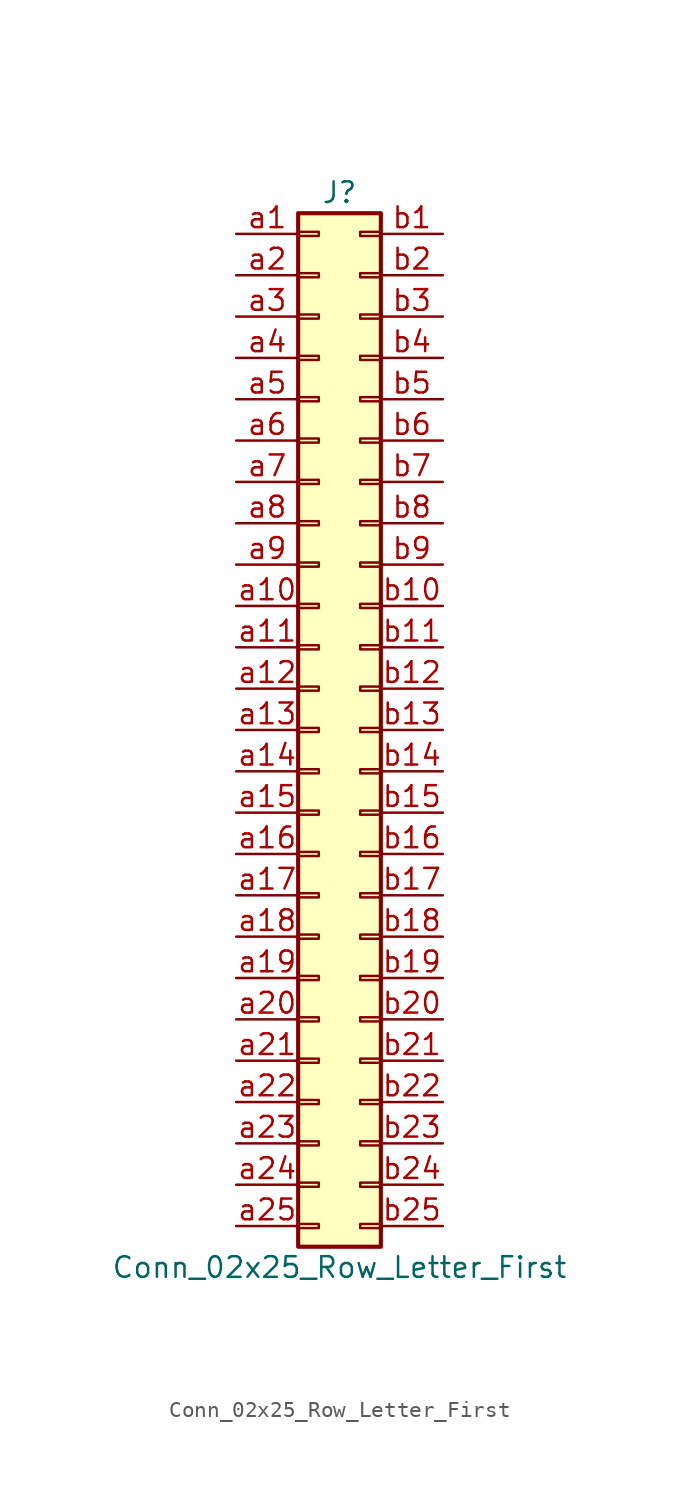
<source format=kicad_sym>
(kicad_symbol_lib
  (version 20201005)
  (generator kicad_symbol_editor)
  (symbol "Conn_02x25_Row_Letter_First"
    (pin_names
      (offset 1.016) hide)
    (property "Reference" "J"
      (at 1.27 33.02 0)
      (effects (font (size 1.27 1.27))))
    (property "Value" "Conn_02x25_Row_Letter_First"
      (at 1.27 -33.02 0)
      (effects (font (size 1.27 1.27))))
    (symbol "Conn_02x25_Row_Letter_First_1_1"
      (rectangle (start -1.27 -30.353) (end 0 -30.607) (stroke (width 0.152)) (fill (type none)))
      (rectangle (start -1.27 -27.813) (end 0 -28.067) (stroke (width 0.152)) (fill (type none)))
      (rectangle (start -1.27 -25.273) (end 0 -25.527) (stroke (width 0.152)) (fill (type none)))
      (rectangle (start -1.27 -22.733) (end 0 -22.987) (stroke (width 0.152)) (fill (type none)))
      (rectangle (start -1.27 -20.193) (end 0 -20.447) (stroke (width 0.152)) (fill (type none)))
      (rectangle (start -1.27 -17.653) (end 0 -17.907) (stroke (width 0.152)) (fill (type none)))
      (rectangle (start -1.27 -15.113) (end 0 -15.367) (stroke (width 0.152)) (fill (type none)))
      (rectangle (start -1.27 -12.573) (end 0 -12.827) (stroke (width 0.152)) (fill (type none)))
      (rectangle (start -1.27 -10.033) (end 0 -10.287) (stroke (width 0.152)) (fill (type none)))
      (rectangle (start -1.27 -7.493) (end 0 -7.747) (stroke (width 0.152)) (fill (type none)))
      (rectangle (start -1.27 -4.953) (end 0 -5.207) (stroke (width 0.152)) (fill (type none)))
      (rectangle (start -1.27 -2.413) (end 0 -2.667) (stroke (width 0.152)) (fill (type none)))
      (rectangle (start -1.27 0.127) (end 0 -0.127) (stroke (width 0.152)) (fill (type none)))
      (rectangle (start -1.27 2.667) (end 0 2.413) (stroke (width 0.152)) (fill (type none)))
      (rectangle (start -1.27 5.207) (end 0 4.953) (stroke (width 0.152)) (fill (type none)))
      (rectangle (start -1.27 7.747) (end 0 7.493) (stroke (width 0.152)) (fill (type none)))
      (rectangle (start -1.27 10.287) (end 0 10.033) (stroke (width 0.152)) (fill (type none)))
      (rectangle (start -1.27 12.827) (end 0 12.573) (stroke (width 0.152)) (fill (type none)))
      (rectangle (start -1.27 15.367) (end 0 15.113) (stroke (width 0.152)) (fill (type none)))
      (rectangle (start -1.27 17.907) (end 0 17.653) (stroke (width 0.152)) (fill (type none)))
      (rectangle (start -1.27 20.447) (end 0 20.193) (stroke (width 0.152)) (fill (type none)))
      (rectangle (start -1.27 22.987) (end 0 22.733) (stroke (width 0.152)) (fill (type none)))
      (rectangle (start -1.27 25.527) (end 0 25.273) (stroke (width 0.152)) (fill (type none)))
      (rectangle (start -1.27 28.067) (end 0 27.813) (stroke (width 0.152)) (fill (type none)))
      (rectangle (start -1.27 30.607) (end 0 30.353) (stroke (width 0.152)) (fill (type none)))
      (rectangle (start 3.81 -30.353) (end 2.54 -30.607) (stroke (width 0.152)) (fill (type none)))
      (rectangle (start 3.81 -27.813) (end 2.54 -28.067) (stroke (width 0.152)) (fill (type none)))
      (rectangle (start 3.81 -25.273) (end 2.54 -25.527) (stroke (width 0.152)) (fill (type none)))
      (rectangle (start 3.81 -22.733) (end 2.54 -22.987) (stroke (width 0.152)) (fill (type none)))
      (rectangle (start 3.81 -20.193) (end 2.54 -20.447) (stroke (width 0.152)) (fill (type none)))
      (rectangle (start 3.81 -17.653) (end 2.54 -17.907) (stroke (width 0.152)) (fill (type none)))
      (rectangle (start 3.81 -15.113) (end 2.54 -15.367) (stroke (width 0.152)) (fill (type none)))
      (rectangle (start 3.81 -12.573) (end 2.54 -12.827) (stroke (width 0.152)) (fill (type none)))
      (rectangle (start 3.81 -10.033) (end 2.54 -10.287) (stroke (width 0.152)) (fill (type none)))
      (rectangle (start 3.81 -7.493) (end 2.54 -7.747) (stroke (width 0.152)) (fill (type none)))
      (rectangle (start 3.81 -4.953) (end 2.54 -5.207) (stroke (width 0.152)) (fill (type none)))
      (rectangle (start 3.81 -2.413) (end 2.54 -2.667) (stroke (width 0.152)) (fill (type none)))
      (rectangle (start 3.81 0.127) (end 2.54 -0.127) (stroke (width 0.152)) (fill (type none)))
      (rectangle (start 3.81 2.667) (end 2.54 2.413) (stroke (width 0.152)) (fill (type none)))
      (rectangle (start 3.81 5.207) (end 2.54 4.953) (stroke (width 0.152)) (fill (type none)))
      (rectangle (start 3.81 7.747) (end 2.54 7.493) (stroke (width 0.152)) (fill (type none)))
      (rectangle (start 3.81 10.287) (end 2.54 10.033) (stroke (width 0.152)) (fill (type none)))
      (rectangle (start 3.81 12.827) (end 2.54 12.573) (stroke (width 0.152)) (fill (type none)))
      (rectangle (start 3.81 15.367) (end 2.54 15.113) (stroke (width 0.152)) (fill (type none)))
      (rectangle (start 3.81 17.907) (end 2.54 17.653) (stroke (width 0.152)) (fill (type none)))
      (rectangle (start 3.81 20.447) (end 2.54 20.193) (stroke (width 0.152)) (fill (type none)))
      (rectangle (start 3.81 22.987) (end 2.54 22.733) (stroke (width 0.152)) (fill (type none)))
      (rectangle (start 3.81 25.527) (end 2.54 25.273) (stroke (width 0.152)) (fill (type none)))
      (rectangle (start 3.81 28.067) (end 2.54 27.813) (stroke (width 0.152)) (fill (type none)))
      (rectangle (start 3.81 30.607) (end 2.54 30.353) (stroke (width 0.152)) (fill (type none)))
      (rectangle (start -1.27 31.75) (end 3.81 -31.75) (stroke (width 0.254)) (fill (type background)))
      (pin passive line (at -5.08 30.48 0) (length 3.81) (name "Pin_a1" (effects (font (size 1.27 1.27)))) (number "a1" (effects (font (size 1.27 1.27)))))
      (pin passive line (at -5.08 7.62 0) (length 3.81) (name "Pin_a10" (effects (font (size 1.27 1.27)))) (number "a10" (effects (font (size 1.27 1.27)))))
      (pin passive line (at -5.08 5.08 0) (length 3.81) (name "Pin_a11" (effects (font (size 1.27 1.27)))) (number "a11" (effects (font (size 1.27 1.27)))))
      (pin passive line (at -5.08 2.54 0) (length 3.81) (name "Pin_a12" (effects (font (size 1.27 1.27)))) (number "a12" (effects (font (size 1.27 1.27)))))
      (pin passive line (at -5.08 0 0) (length 3.81) (name "Pin_a13" (effects (font (size 1.27 1.27)))) (number "a13" (effects (font (size 1.27 1.27)))))
      (pin passive line (at -5.08 -2.54 0) (length 3.81) (name "Pin_a14" (effects (font (size 1.27 1.27)))) (number "a14" (effects (font (size 1.27 1.27)))))
      (pin passive line (at -5.08 -5.08 0) (length 3.81) (name "Pin_a15" (effects (font (size 1.27 1.27)))) (number "a15" (effects (font (size 1.27 1.27)))))
      (pin passive line (at -5.08 -7.62 0) (length 3.81) (name "Pin_a16" (effects (font (size 1.27 1.27)))) (number "a16" (effects (font (size 1.27 1.27)))))
      (pin passive line (at -5.08 -10.16 0) (length 3.81) (name "Pin_a17" (effects (font (size 1.27 1.27)))) (number "a17" (effects (font (size 1.27 1.27)))))
      (pin passive line (at -5.08 -12.7 0) (length 3.81) (name "Pin_a18" (effects (font (size 1.27 1.27)))) (number "a18" (effects (font (size 1.27 1.27)))))
      (pin passive line (at -5.08 -15.24 0) (length 3.81) (name "Pin_a19" (effects (font (size 1.27 1.27)))) (number "a19" (effects (font (size 1.27 1.27)))))
      (pin passive line (at -5.08 27.94 0) (length 3.81) (name "Pin_a2" (effects (font (size 1.27 1.27)))) (number "a2" (effects (font (size 1.27 1.27)))))
      (pin passive line (at -5.08 -17.78 0) (length 3.81) (name "Pin_a20" (effects (font (size 1.27 1.27)))) (number "a20" (effects (font (size 1.27 1.27)))))
      (pin passive line (at -5.08 -20.32 0) (length 3.81) (name "Pin_a21" (effects (font (size 1.27 1.27)))) (number "a21" (effects (font (size 1.27 1.27)))))
      (pin passive line (at -5.08 -22.86 0) (length 3.81) (name "Pin_a22" (effects (font (size 1.27 1.27)))) (number "a22" (effects (font (size 1.27 1.27)))))
      (pin passive line (at -5.08 -25.4 0) (length 3.81) (name "Pin_a23" (effects (font (size 1.27 1.27)))) (number "a23" (effects (font (size 1.27 1.27)))))
      (pin passive line (at -5.08 -27.94 0) (length 3.81) (name "Pin_a24" (effects (font (size 1.27 1.27)))) (number "a24" (effects (font (size 1.27 1.27)))))
      (pin passive line (at -5.08 -30.48 0) (length 3.81) (name "Pin_a25" (effects (font (size 1.27 1.27)))) (number "a25" (effects (font (size 1.27 1.27)))))
      (pin passive line (at -5.08 25.4 0) (length 3.81) (name "Pin_a3" (effects (font (size 1.27 1.27)))) (number "a3" (effects (font (size 1.27 1.27)))))
      (pin passive line (at -5.08 22.86 0) (length 3.81) (name "Pin_a4" (effects (font (size 1.27 1.27)))) (number "a4" (effects (font (size 1.27 1.27)))))
      (pin passive line (at -5.08 20.32 0) (length 3.81) (name "Pin_a5" (effects (font (size 1.27 1.27)))) (number "a5" (effects (font (size 1.27 1.27)))))
      (pin passive line (at -5.08 17.78 0) (length 3.81) (name "Pin_a6" (effects (font (size 1.27 1.27)))) (number "a6" (effects (font (size 1.27 1.27)))))
      (pin passive line (at -5.08 15.24 0) (length 3.81) (name "Pin_a7" (effects (font (size 1.27 1.27)))) (number "a7" (effects (font (size 1.27 1.27)))))
      (pin passive line (at -5.08 12.7 0) (length 3.81) (name "Pin_a8" (effects (font (size 1.27 1.27)))) (number "a8" (effects (font (size 1.27 1.27)))))
      (pin passive line (at -5.08 10.16 0) (length 3.81) (name "Pin_a9" (effects (font (size 1.27 1.27)))) (number "a9" (effects (font (size 1.27 1.27)))))
      (pin passive line (at 7.62 30.48 180) (length 3.81) (name "Pin_b1" (effects (font (size 1.27 1.27)))) (number "b1" (effects (font (size 1.27 1.27)))))
      (pin passive line (at 7.62 7.62 180) (length 3.81) (name "Pin_b10" (effects (font (size 1.27 1.27)))) (number "b10" (effects (font (size 1.27 1.27)))))
      (pin passive line (at 7.62 5.08 180) (length 3.81) (name "Pin_b11" (effects (font (size 1.27 1.27)))) (number "b11" (effects (font (size 1.27 1.27)))))
      (pin passive line (at 7.62 2.54 180) (length 3.81) (name "Pin_b12" (effects (font (size 1.27 1.27)))) (number "b12" (effects (font (size 1.27 1.27)))))
      (pin passive line (at 7.62 0 180) (length 3.81) (name "Pin_b13" (effects (font (size 1.27 1.27)))) (number "b13" (effects (font (size 1.27 1.27)))))
      (pin passive line (at 7.62 -2.54 180) (length 3.81) (name "Pin_b14" (effects (font (size 1.27 1.27)))) (number "b14" (effects (font (size 1.27 1.27)))))
      (pin passive line (at 7.62 -5.08 180) (length 3.81) (name "Pin_b15" (effects (font (size 1.27 1.27)))) (number "b15" (effects (font (size 1.27 1.27)))))
      (pin passive line (at 7.62 -7.62 180) (length 3.81) (name "Pin_b16" (effects (font (size 1.27 1.27)))) (number "b16" (effects (font (size 1.27 1.27)))))
      (pin passive line (at 7.62 -10.16 180) (length 3.81) (name "Pin_b17" (effects (font (size 1.27 1.27)))) (number "b17" (effects (font (size 1.27 1.27)))))
      (pin passive line (at 7.62 -12.7 180) (length 3.81) (name "Pin_b18" (effects (font (size 1.27 1.27)))) (number "b18" (effects (font (size 1.27 1.27)))))
      (pin passive line (at 7.62 -15.24 180) (length 3.81) (name "Pin_b19" (effects (font (size 1.27 1.27)))) (number "b19" (effects (font (size 1.27 1.27)))))
      (pin passive line (at 7.62 27.94 180) (length 3.81) (name "Pin_b2" (effects (font (size 1.27 1.27)))) (number "b2" (effects (font (size 1.27 1.27)))))
      (pin passive line (at 7.62 -17.78 180) (length 3.81) (name "Pin_b20" (effects (font (size 1.27 1.27)))) (number "b20" (effects (font (size 1.27 1.27)))))
      (pin passive line (at 7.62 -20.32 180) (length 3.81) (name "Pin_b21" (effects (font (size 1.27 1.27)))) (number "b21" (effects (font (size 1.27 1.27)))))
      (pin passive line (at 7.62 -22.86 180) (length 3.81) (name "Pin_b22" (effects (font (size 1.27 1.27)))) (number "b22" (effects (font (size 1.27 1.27)))))
      (pin passive line (at 7.62 -25.4 180) (length 3.81) (name "Pin_b23" (effects (font (size 1.27 1.27)))) (number "b23" (effects (font (size 1.27 1.27)))))
      (pin passive line (at 7.62 -27.94 180) (length 3.81) (name "Pin_b24" (effects (font (size 1.27 1.27)))) (number "b24" (effects (font (size 1.27 1.27)))))
      (pin passive line (at 7.62 -30.48 180) (length 3.81) (name "Pin_b25" (effects (font (size 1.27 1.27)))) (number "b25" (effects (font (size 1.27 1.27)))))
      (pin passive line (at 7.62 25.4 180) (length 3.81) (name "Pin_b3" (effects (font (size 1.27 1.27)))) (number "b3" (effects (font (size 1.27 1.27)))))
      (pin passive line (at 7.62 22.86 180) (length 3.81) (name "Pin_b4" (effects (font (size 1.27 1.27)))) (number "b4" (effects (font (size 1.27 1.27)))))
      (pin passive line (at 7.62 20.32 180) (length 3.81) (name "Pin_b5" (effects (font (size 1.27 1.27)))) (number "b5" (effects (font (size 1.27 1.27)))))
      (pin passive line (at 7.62 17.78 180) (length 3.81) (name "Pin_b6" (effects (font (size 1.27 1.27)))) (number "b6" (effects (font (size 1.27 1.27)))))
      (pin passive line (at 7.62 15.24 180) (length 3.81) (name "Pin_b7" (effects (font (size 1.27 1.27)))) (number "b7" (effects (font (size 1.27 1.27)))))
      (pin passive line (at 7.62 12.7 180) (length 3.81) (name "Pin_b8" (effects (font (size 1.27 1.27)))) (number "b8" (effects (font (size 1.27 1.27)))))
      (pin passive line (at 7.62 10.16 180) (length 3.81) (name "Pin_b9" (effects (font (size 1.27 1.27)))) (number "b9" (effects (font (size 1.27 1.27))))))))
</source>
